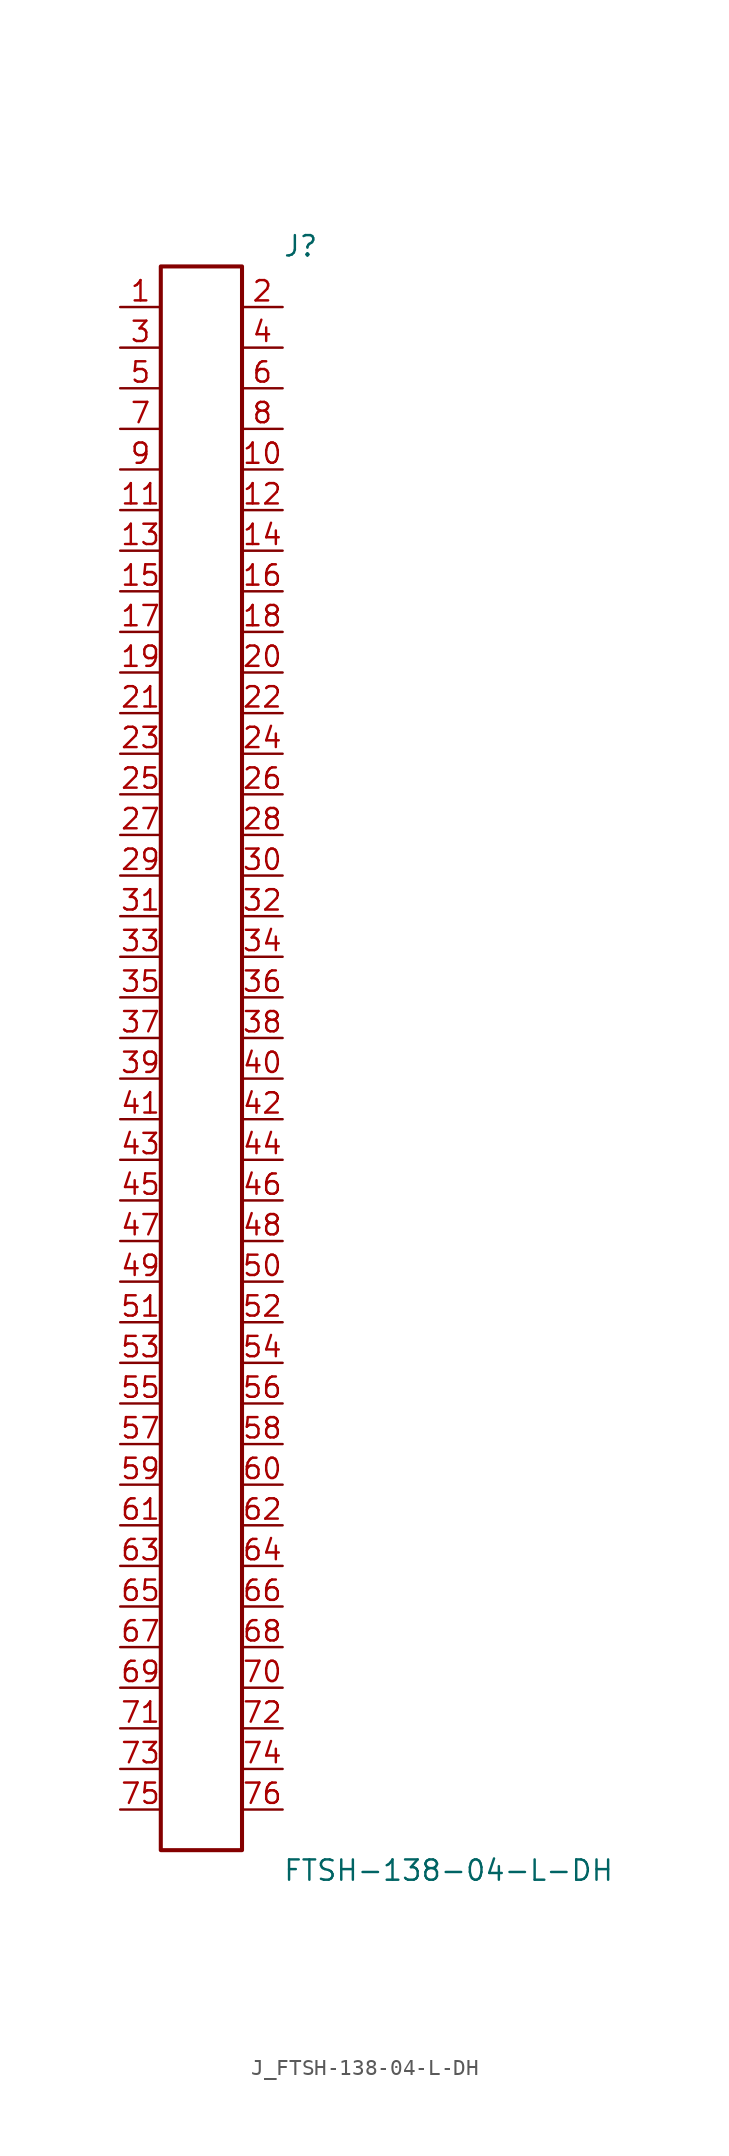
<source format=kicad_sym>
(kicad_symbol_lib
  (version 20231120)
  (generator kicad_symbol_editor)
  (generator_version 8.0)
  (symbol "J_FTSH-138-04-L-DH"
    (pin_names
      (offset 0.254))
    (property "Reference" "J"
      (at 5.08 50.8 0)
      (effects (font (size 1.27 1.27)) (justify left)))
    (property "Value" "FTSH-138-04-L-DH"
      (at 5.08 -50.8 0)
      (effects (font (size 1.27 1.27)) (justify left)))
    (symbol "J_FTSH-138-04-L-DH_0_0"
      (pin unspecified line (at -5.08 46.99 0) (length 2.54) (name "" (effects (font (size 1.27 1.27)))) (number "1" (effects (font (size 1.27 1.27)))))
      (pin unspecified line (at 5.08 46.99 180) (length 2.54) (name "" (effects (font (size 1.27 1.27)))) (number "2" (effects (font (size 1.27 1.27)))))
      (pin unspecified line (at -5.08 44.45 0) (length 2.54) (name "" (effects (font (size 1.27 1.27)))) (number "3" (effects (font (size 1.27 1.27)))))
      (pin unspecified line (at 5.08 44.45 180) (length 2.54) (name "" (effects (font (size 1.27 1.27)))) (number "4" (effects (font (size 1.27 1.27)))))
      (pin unspecified line (at -5.08 41.91 0) (length 2.54) (name "" (effects (font (size 1.27 1.27)))) (number "5" (effects (font (size 1.27 1.27)))))
      (pin unspecified line (at 5.08 41.91 180) (length 2.54) (name "" (effects (font (size 1.27 1.27)))) (number "6" (effects (font (size 1.27 1.27)))))
      (pin unspecified line (at -5.08 39.37 0) (length 2.54) (name "" (effects (font (size 1.27 1.27)))) (number "7" (effects (font (size 1.27 1.27)))))
      (pin unspecified line (at 5.08 39.37 180) (length 2.54) (name "" (effects (font (size 1.27 1.27)))) (number "8" (effects (font (size 1.27 1.27)))))
      (pin unspecified line (at -5.08 36.83 0) (length 2.54) (name "" (effects (font (size 1.27 1.27)))) (number "9" (effects (font (size 1.27 1.27)))))
      (pin unspecified line (at 5.08 36.83 180) (length 2.54) (name "" (effects (font (size 1.27 1.27)))) (number "10" (effects (font (size 1.27 1.27)))))
      (pin unspecified line (at -5.08 34.29 0) (length 2.54) (name "" (effects (font (size 1.27 1.27)))) (number "11" (effects (font (size 1.27 1.27)))))
      (pin unspecified line (at 5.08 34.29 180) (length 2.54) (name "" (effects (font (size 1.27 1.27)))) (number "12" (effects (font (size 1.27 1.27)))))
      (pin unspecified line (at -5.08 31.75 0) (length 2.54) (name "" (effects (font (size 1.27 1.27)))) (number "13" (effects (font (size 1.27 1.27)))))
      (pin unspecified line (at 5.08 31.75 180) (length 2.54) (name "" (effects (font (size 1.27 1.27)))) (number "14" (effects (font (size 1.27 1.27)))))
      (pin unspecified line (at -5.08 29.21 0) (length 2.54) (name "" (effects (font (size 1.27 1.27)))) (number "15" (effects (font (size 1.27 1.27)))))
      (pin unspecified line (at 5.08 29.21 180) (length 2.54) (name "" (effects (font (size 1.27 1.27)))) (number "16" (effects (font (size 1.27 1.27)))))
      (pin unspecified line (at -5.08 26.67 0) (length 2.54) (name "" (effects (font (size 1.27 1.27)))) (number "17" (effects (font (size 1.27 1.27)))))
      (pin unspecified line (at 5.08 26.67 180) (length 2.54) (name "" (effects (font (size 1.27 1.27)))) (number "18" (effects (font (size 1.27 1.27)))))
      (pin unspecified line (at -5.08 24.13 0) (length 2.54) (name "" (effects (font (size 1.27 1.27)))) (number "19" (effects (font (size 1.27 1.27)))))
      (pin unspecified line (at 5.08 24.13 180) (length 2.54) (name "" (effects (font (size 1.27 1.27)))) (number "20" (effects (font (size 1.27 1.27)))))
      (pin unspecified line (at -5.08 21.59 0) (length 2.54) (name "" (effects (font (size 1.27 1.27)))) (number "21" (effects (font (size 1.27 1.27)))))
      (pin unspecified line (at 5.08 21.59 180) (length 2.54) (name "" (effects (font (size 1.27 1.27)))) (number "22" (effects (font (size 1.27 1.27)))))
      (pin unspecified line (at -5.08 19.05 0) (length 2.54) (name "" (effects (font (size 1.27 1.27)))) (number "23" (effects (font (size 1.27 1.27)))))
      (pin unspecified line (at 5.08 19.05 180) (length 2.54) (name "" (effects (font (size 1.27 1.27)))) (number "24" (effects (font (size 1.27 1.27)))))
      (pin unspecified line (at -5.08 16.51 0) (length 2.54) (name "" (effects (font (size 1.27 1.27)))) (number "25" (effects (font (size 1.27 1.27)))))
      (pin unspecified line (at 5.08 16.51 180) (length 2.54) (name "" (effects (font (size 1.27 1.27)))) (number "26" (effects (font (size 1.27 1.27)))))
      (pin unspecified line (at -5.08 13.97 0) (length 2.54) (name "" (effects (font (size 1.27 1.27)))) (number "27" (effects (font (size 1.27 1.27)))))
      (pin unspecified line (at 5.08 13.97 180) (length 2.54) (name "" (effects (font (size 1.27 1.27)))) (number "28" (effects (font (size 1.27 1.27)))))
      (pin unspecified line (at -5.08 11.43 0) (length 2.54) (name "" (effects (font (size 1.27 1.27)))) (number "29" (effects (font (size 1.27 1.27)))))
      (pin unspecified line (at 5.08 11.43 180) (length 2.54) (name "" (effects (font (size 1.27 1.27)))) (number "30" (effects (font (size 1.27 1.27)))))
      (pin unspecified line (at -5.08 8.89 0) (length 2.54) (name "" (effects (font (size 1.27 1.27)))) (number "31" (effects (font (size 1.27 1.27)))))
      (pin unspecified line (at 5.08 8.89 180) (length 2.54) (name "" (effects (font (size 1.27 1.27)))) (number "32" (effects (font (size 1.27 1.27)))))
      (pin unspecified line (at -5.08 6.35 0) (length 2.54) (name "" (effects (font (size 1.27 1.27)))) (number "33" (effects (font (size 1.27 1.27)))))
      (pin unspecified line (at 5.08 6.35 180) (length 2.54) (name "" (effects (font (size 1.27 1.27)))) (number "34" (effects (font (size 1.27 1.27)))))
      (pin unspecified line (at -5.08 3.81 0) (length 2.54) (name "" (effects (font (size 1.27 1.27)))) (number "35" (effects (font (size 1.27 1.27)))))
      (pin unspecified line (at 5.08 3.81 180) (length 2.54) (name "" (effects (font (size 1.27 1.27)))) (number "36" (effects (font (size 1.27 1.27)))))
      (pin unspecified line (at -5.08 1.27 0) (length 2.54) (name "" (effects (font (size 1.27 1.27)))) (number "37" (effects (font (size 1.27 1.27)))))
      (pin unspecified line (at 5.08 1.27 180) (length 2.54) (name "" (effects (font (size 1.27 1.27)))) (number "38" (effects (font (size 1.27 1.27)))))
      (pin unspecified line (at -5.08 -1.27 0) (length 2.54) (name "" (effects (font (size 1.27 1.27)))) (number "39" (effects (font (size 1.27 1.27)))))
      (pin unspecified line (at 5.08 -1.27 180) (length 2.54) (name "" (effects (font (size 1.27 1.27)))) (number "40" (effects (font (size 1.27 1.27)))))
      (pin unspecified line (at -5.08 -3.81 0) (length 2.54) (name "" (effects (font (size 1.27 1.27)))) (number "41" (effects (font (size 1.27 1.27)))))
      (pin unspecified line (at 5.08 -3.81 180) (length 2.54) (name "" (effects (font (size 1.27 1.27)))) (number "42" (effects (font (size 1.27 1.27)))))
      (pin unspecified line (at -5.08 -6.35 0) (length 2.54) (name "" (effects (font (size 1.27 1.27)))) (number "43" (effects (font (size 1.27 1.27)))))
      (pin unspecified line (at 5.08 -6.35 180) (length 2.54) (name "" (effects (font (size 1.27 1.27)))) (number "44" (effects (font (size 1.27 1.27)))))
      (pin unspecified line (at -5.08 -8.89 0) (length 2.54) (name "" (effects (font (size 1.27 1.27)))) (number "45" (effects (font (size 1.27 1.27)))))
      (pin unspecified line (at 5.08 -8.89 180) (length 2.54) (name "" (effects (font (size 1.27 1.27)))) (number "46" (effects (font (size 1.27 1.27)))))
      (pin unspecified line (at -5.08 -11.43 0) (length 2.54) (name "" (effects (font (size 1.27 1.27)))) (number "47" (effects (font (size 1.27 1.27)))))
      (pin unspecified line (at 5.08 -11.43 180) (length 2.54) (name "" (effects (font (size 1.27 1.27)))) (number "48" (effects (font (size 1.27 1.27)))))
      (pin unspecified line (at -5.08 -13.97 0) (length 2.54) (name "" (effects (font (size 1.27 1.27)))) (number "49" (effects (font (size 1.27 1.27)))))
      (pin unspecified line (at 5.08 -13.97 180) (length 2.54) (name "" (effects (font (size 1.27 1.27)))) (number "50" (effects (font (size 1.27 1.27)))))
      (pin unspecified line (at -5.08 -16.51 0) (length 2.54) (name "" (effects (font (size 1.27 1.27)))) (number "51" (effects (font (size 1.27 1.27)))))
      (pin unspecified line (at 5.08 -16.51 180) (length 2.54) (name "" (effects (font (size 1.27 1.27)))) (number "52" (effects (font (size 1.27 1.27)))))
      (pin unspecified line (at -5.08 -19.05 0) (length 2.54) (name "" (effects (font (size 1.27 1.27)))) (number "53" (effects (font (size 1.27 1.27)))))
      (pin unspecified line (at 5.08 -19.05 180) (length 2.54) (name "" (effects (font (size 1.27 1.27)))) (number "54" (effects (font (size 1.27 1.27)))))
      (pin unspecified line (at -5.08 -21.59 0) (length 2.54) (name "" (effects (font (size 1.27 1.27)))) (number "55" (effects (font (size 1.27 1.27)))))
      (pin unspecified line (at 5.08 -21.59 180) (length 2.54) (name "" (effects (font (size 1.27 1.27)))) (number "56" (effects (font (size 1.27 1.27)))))
      (pin unspecified line (at -5.08 -24.13 0) (length 2.54) (name "" (effects (font (size 1.27 1.27)))) (number "57" (effects (font (size 1.27 1.27)))))
      (pin unspecified line (at 5.08 -24.13 180) (length 2.54) (name "" (effects (font (size 1.27 1.27)))) (number "58" (effects (font (size 1.27 1.27)))))
      (pin unspecified line (at -5.08 -26.67 0) (length 2.54) (name "" (effects (font (size 1.27 1.27)))) (number "59" (effects (font (size 1.27 1.27)))))
      (pin unspecified line (at 5.08 -26.67 180) (length 2.54) (name "" (effects (font (size 1.27 1.27)))) (number "60" (effects (font (size 1.27 1.27)))))
      (pin unspecified line (at -5.08 -29.21 0) (length 2.54) (name "" (effects (font (size 1.27 1.27)))) (number "61" (effects (font (size 1.27 1.27)))))
      (pin unspecified line (at 5.08 -29.21 180) (length 2.54) (name "" (effects (font (size 1.27 1.27)))) (number "62" (effects (font (size 1.27 1.27)))))
      (pin unspecified line (at -5.08 -31.75 0) (length 2.54) (name "" (effects (font (size 1.27 1.27)))) (number "63" (effects (font (size 1.27 1.27)))))
      (pin unspecified line (at 5.08 -31.75 180) (length 2.54) (name "" (effects (font (size 1.27 1.27)))) (number "64" (effects (font (size 1.27 1.27)))))
      (pin unspecified line (at -5.08 -34.29 0) (length 2.54) (name "" (effects (font (size 1.27 1.27)))) (number "65" (effects (font (size 1.27 1.27)))))
      (pin unspecified line (at 5.08 -34.29 180) (length 2.54) (name "" (effects (font (size 1.27 1.27)))) (number "66" (effects (font (size 1.27 1.27)))))
      (pin unspecified line (at -5.08 -36.83 0) (length 2.54) (name "" (effects (font (size 1.27 1.27)))) (number "67" (effects (font (size 1.27 1.27)))))
      (pin unspecified line (at 5.08 -36.83 180) (length 2.54) (name "" (effects (font (size 1.27 1.27)))) (number "68" (effects (font (size 1.27 1.27)))))
      (pin unspecified line (at -5.08 -39.37 0) (length 2.54) (name "" (effects (font (size 1.27 1.27)))) (number "69" (effects (font (size 1.27 1.27)))))
      (pin unspecified line (at 5.08 -39.37 180) (length 2.54) (name "" (effects (font (size 1.27 1.27)))) (number "70" (effects (font (size 1.27 1.27)))))
      (pin unspecified line (at -5.08 -41.91 0) (length 2.54) (name "" (effects (font (size 1.27 1.27)))) (number "71" (effects (font (size 1.27 1.27)))))
      (pin unspecified line (at 5.08 -41.91 180) (length 2.54) (name "" (effects (font (size 1.27 1.27)))) (number "72" (effects (font (size 1.27 1.27)))))
      (pin unspecified line (at -5.08 -44.45 0) (length 2.54) (name "" (effects (font (size 1.27 1.27)))) (number "73" (effects (font (size 1.27 1.27)))))
      (pin unspecified line (at 5.08 -44.45 180) (length 2.54) (name "" (effects (font (size 1.27 1.27)))) (number "74" (effects (font (size 1.27 1.27)))))
      (pin unspecified line (at -5.08 -46.99 0) (length 2.54) (name "" (effects (font (size 1.27 1.27)))) (number "75" (effects (font (size 1.27 1.27)))))
      (pin unspecified line (at 5.08 -46.99 180) (length 2.54) (name "" (effects (font (size 1.27 1.27)))) (number "76" (effects (font (size 1.27 1.27))))))
    (symbol "J_FTSH-138-04-L-DH_1_0"
      (rectangle (start -2.54 49.53) (end 2.54 -49.53) (stroke (width 0.254) (type solid)) (fill (type none))))))
</source>
